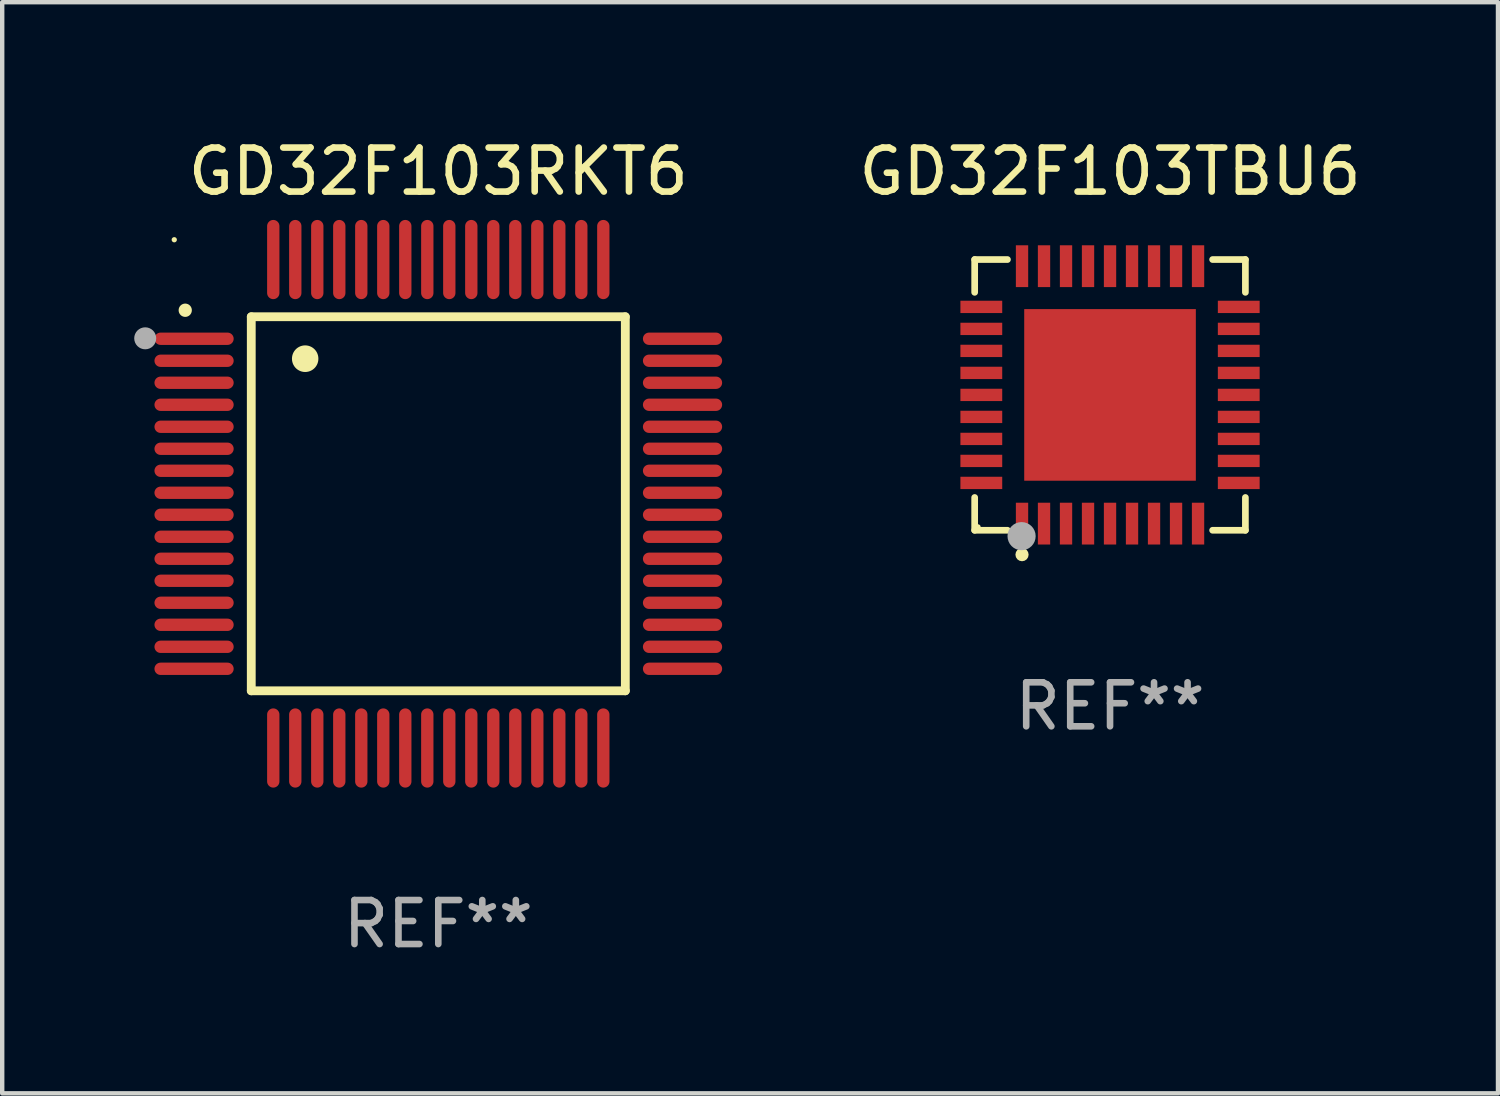
<source format=kicad_pcb>
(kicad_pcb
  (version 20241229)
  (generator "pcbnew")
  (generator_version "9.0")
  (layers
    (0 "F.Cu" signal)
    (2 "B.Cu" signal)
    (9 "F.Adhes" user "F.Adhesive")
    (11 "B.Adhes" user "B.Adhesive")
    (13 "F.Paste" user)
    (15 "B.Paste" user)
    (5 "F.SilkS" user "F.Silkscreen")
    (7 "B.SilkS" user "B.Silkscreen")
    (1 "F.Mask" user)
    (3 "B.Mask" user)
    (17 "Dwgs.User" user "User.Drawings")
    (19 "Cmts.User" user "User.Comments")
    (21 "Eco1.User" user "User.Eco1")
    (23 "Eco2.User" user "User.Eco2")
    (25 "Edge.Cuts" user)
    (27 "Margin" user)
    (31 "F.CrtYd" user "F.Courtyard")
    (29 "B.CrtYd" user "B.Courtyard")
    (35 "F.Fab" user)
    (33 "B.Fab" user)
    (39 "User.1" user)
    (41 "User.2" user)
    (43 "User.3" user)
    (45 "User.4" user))
  (footprint "GD32F103RKT6"
    (layer "F.Cu")
    (at 6.91 8.398)
    (property "Reference" "GD32F103RKT6" (at 0 -7.55 0) (layer "F.SilkS") (effects (font (size 1 1) (thickness 0.15))))
    (attr through_hole)
    (fp_line (start -4.25 -4.25) (end -4.25 4.25) (stroke (width 0.2) (type solid)) (layer "F.SilkS"))
    (fp_line (start -4.25 4.25) (end 4.25 4.25) (stroke (width 0.2) (type solid)) (layer "F.SilkS"))
    (fp_line (start 4.25 -4.25) (end -4.25 -4.25) (stroke (width 0.2) (type solid)) (layer "F.SilkS"))
    (fp_line (start 4.25 4.25) (end 4.25 -4.25) (stroke (width 0.2) (type solid)) (layer "F.SilkS"))
    (fp_arc (start -5.750572 -4.396749) (mid -5.750577 -4.398019) (end -5.750572 -4.399289) (stroke (width 0.3) (type solid)) (layer "F.SilkS"))
    (fp_arc (start -3.025146 -3.294387) (mid -3.025157 -3.296927) (end -3.025146 -3.299467) (stroke (width 0.6) (type solid)) (layer "F.SilkS"))
    (fp_circle (center -6 -6) (end -5.97 -6) (stroke (width 0.06) (type solid)) (fill no) (layer "F.SilkS"))
    (fp_circle (center -6.66 -3.76) (end -6.535 -3.76) (stroke (width 0.25) (type solid)) (fill no) (layer "F.Fab"))
    (fp_text user "REF**" (at 0 9.55 0) (layer "F.Fab") (effects (font (size 1 1) (thickness 0.15))))
    (pad "1" smd oval (at -5.55 -3.75) (size 1.8 0.28) (layers "F.Cu" "F.Mask" "F.Paste"))
    (pad "2" smd oval (at -5.55 -3.25) (size 1.8 0.28) (layers "F.Cu" "F.Mask" "F.Paste"))
    (pad "3" smd oval (at -5.55 -2.75) (size 1.8 0.28) (layers "F.Cu" "F.Mask" "F.Paste"))
    (pad "4" smd oval (at -5.55 -2.25) (size 1.8 0.28) (layers "F.Cu" "F.Mask" "F.Paste"))
    (pad "5" smd oval (at -5.55 -1.75) (size 1.8 0.28) (layers "F.Cu" "F.Mask" "F.Paste"))
    (pad "6" smd oval (at -5.55 -1.25) (size 1.8 0.28) (layers "F.Cu" "F.Mask" "F.Paste"))
    (pad "7" smd oval (at -5.55 -0.75) (size 1.8 0.28) (layers "F.Cu" "F.Mask" "F.Paste"))
    (pad "8" smd oval (at -5.55 -0.25) (size 1.8 0.28) (layers "F.Cu" "F.Mask" "F.Paste"))
    (pad "9" smd oval (at -5.55 0.25) (size 1.8 0.28) (layers "F.Cu" "F.Mask" "F.Paste"))
    (pad "10" smd oval (at -5.55 0.75) (size 1.8 0.28) (layers "F.Cu" "F.Mask" "F.Paste"))
    (pad "11" smd oval (at -5.55 1.25) (size 1.8 0.28) (layers "F.Cu" "F.Mask" "F.Paste"))
    (pad "12" smd oval (at -5.55 1.75) (size 1.8 0.28) (layers "F.Cu" "F.Mask" "F.Paste"))
    (pad "13" smd oval (at -5.55 2.25) (size 1.8 0.28) (layers "F.Cu" "F.Mask" "F.Paste"))
    (pad "14" smd oval (at -5.55 2.75) (size 1.8 0.28) (layers "F.Cu" "F.Mask" "F.Paste"))
    (pad "15" smd oval (at -5.55 3.25) (size 1.8 0.28) (layers "F.Cu" "F.Mask" "F.Paste"))
    (pad "16" smd oval (at -5.55 3.75) (size 1.8 0.28) (layers "F.Cu" "F.Mask" "F.Paste"))
    (pad "17" smd oval (at -3.75 5.55) (size 0.28 1.8) (layers "F.Cu" "F.Mask" "F.Paste"))
    (pad "18" smd oval (at -3.25 5.55) (size 0.28 1.8) (layers "F.Cu" "F.Mask" "F.Paste"))
    (pad "19" smd oval (at -2.75 5.55) (size 0.28 1.8) (layers "F.Cu" "F.Mask" "F.Paste"))
    (pad "20" smd oval (at -2.25 5.55) (size 0.28 1.8) (layers "F.Cu" "F.Mask" "F.Paste"))
    (pad "21" smd oval (at -1.75 5.55) (size 0.28 1.8) (layers "F.Cu" "F.Mask" "F.Paste"))
    (pad "22" smd oval (at -1.25 5.55) (size 0.28 1.8) (layers "F.Cu" "F.Mask" "F.Paste"))
    (pad "23" smd oval (at -0.75 5.55) (size 0.28 1.8) (layers "F.Cu" "F.Mask" "F.Paste"))
    (pad "24" smd oval (at -0.25 5.55) (size 0.28 1.8) (layers "F.Cu" "F.Mask" "F.Paste"))
    (pad "25" smd oval (at 0.25 5.55) (size 0.28 1.8) (layers "F.Cu" "F.Mask" "F.Paste"))
    (pad "26" smd oval (at 0.75 5.55) (size 0.28 1.8) (layers "F.Cu" "F.Mask" "F.Paste"))
    (pad "27" smd oval (at 1.25 5.55) (size 0.28 1.8) (layers "F.Cu" "F.Mask" "F.Paste"))
    (pad "28" smd oval (at 1.75 5.55) (size 0.28 1.8) (layers "F.Cu" "F.Mask" "F.Paste"))
    (pad "29" smd oval (at 2.25 5.55) (size 0.28 1.8) (layers "F.Cu" "F.Mask" "F.Paste"))
    (pad "30" smd oval (at 2.75 5.55) (size 0.28 1.8) (layers "F.Cu" "F.Mask" "F.Paste"))
    (pad "31" smd oval (at 3.25 5.55) (size 0.28 1.8) (layers "F.Cu" "F.Mask" "F.Paste"))
    (pad "32" smd oval (at 3.75 5.55) (size 0.28 1.8) (layers "F.Cu" "F.Mask" "F.Paste"))
    (pad "33" smd oval (at 5.55 3.75) (size 1.8 0.28) (layers "F.Cu" "F.Mask" "F.Paste"))
    (pad "34" smd oval (at 5.55 3.25) (size 1.8 0.28) (layers "F.Cu" "F.Mask" "F.Paste"))
    (pad "35" smd oval (at 5.55 2.75) (size 1.8 0.28) (layers "F.Cu" "F.Mask" "F.Paste"))
    (pad "36" smd oval (at 5.55 2.25) (size 1.8 0.28) (layers "F.Cu" "F.Mask" "F.Paste"))
    (pad "37" smd oval (at 5.55 1.75) (size 1.8 0.28) (layers "F.Cu" "F.Mask" "F.Paste"))
    (pad "38" smd oval (at 5.55 1.25) (size 1.8 0.28) (layers "F.Cu" "F.Mask" "F.Paste"))
    (pad "39" smd oval (at 5.55 0.75) (size 1.8 0.28) (layers "F.Cu" "F.Mask" "F.Paste"))
    (pad "40" smd oval (at 5.55 0.25) (size 1.8 0.28) (layers "F.Cu" "F.Mask" "F.Paste"))
    (pad "41" smd oval (at 5.55 -0.25) (size 1.8 0.28) (layers "F.Cu" "F.Mask" "F.Paste"))
    (pad "42" smd oval (at 5.55 -0.75) (size 1.8 0.28) (layers "F.Cu" "F.Mask" "F.Paste"))
    (pad "43" smd oval (at 5.55 -1.25) (size 1.8 0.28) (layers "F.Cu" "F.Mask" "F.Paste"))
    (pad "44" smd oval (at 5.55 -1.75) (size 1.8 0.28) (layers "F.Cu" "F.Mask" "F.Paste"))
    (pad "45" smd oval (at 5.55 -2.25) (size 1.8 0.28) (layers "F.Cu" "F.Mask" "F.Paste"))
    (pad "46" smd oval (at 5.55 -2.75) (size 1.8 0.28) (layers "F.Cu" "F.Mask" "F.Paste"))
    (pad "47" smd oval (at 5.55 -3.25) (size 1.8 0.28) (layers "F.Cu" "F.Mask" "F.Paste"))
    (pad "48" smd oval (at 5.55 -3.75) (size 1.8 0.28) (layers "F.Cu" "F.Mask" "F.Paste"))
    (pad "49" smd oval (at 3.75 -5.55) (size 0.28 1.8) (layers "F.Cu" "F.Mask" "F.Paste"))
    (pad "50" smd oval (at 3.25 -5.55) (size 0.28 1.8) (layers "F.Cu" "F.Mask" "F.Paste"))
    (pad "51" smd oval (at 2.75 -5.55) (size 0.28 1.8) (layers "F.Cu" "F.Mask" "F.Paste"))
    (pad "52" smd oval (at 2.25 -5.55) (size 0.28 1.8) (layers "F.Cu" "F.Mask" "F.Paste"))
    (pad "53" smd oval (at 1.75 -5.55) (size 0.28 1.8) (layers "F.Cu" "F.Mask" "F.Paste"))
    (pad "54" smd oval (at 1.25 -5.55) (size 0.28 1.8) (layers "F.Cu" "F.Mask" "F.Paste"))
    (pad "55" smd oval (at 0.75 -5.55) (size 0.28 1.8) (layers "F.Cu" "F.Mask" "F.Paste"))
    (pad "56" smd oval (at 0.25 -5.55) (size 0.28 1.8) (layers "F.Cu" "F.Mask" "F.Paste"))
    (pad "57" smd oval (at -0.25 -5.55) (size 0.28 1.8) (layers "F.Cu" "F.Mask" "F.Paste"))
    (pad "58" smd oval (at -0.75 -5.55) (size 0.28 1.8) (layers "F.Cu" "F.Mask" "F.Paste"))
    (pad "59" smd oval (at -1.25 -5.55) (size 0.28 1.8) (layers "F.Cu" "F.Mask" "F.Paste"))
    (pad "60" smd oval (at -1.75 -5.55) (size 0.28 1.8) (layers "F.Cu" "F.Mask" "F.Paste"))
    (pad "61" smd oval (at -2.25 -5.55) (size 0.28 1.8) (layers "F.Cu" "F.Mask" "F.Paste"))
    (pad "62" smd oval (at -2.75 -5.55) (size 0.28 1.8) (layers "F.Cu" "F.Mask" "F.Paste"))
    (pad "63" smd oval (at -3.25 -5.55) (size 0.28 1.8) (layers "F.Cu" "F.Mask" "F.Paste"))
    (pad "64" smd oval (at -3.75 -5.55) (size 0.28 1.8) (layers "F.Cu" "F.Mask" "F.Paste")))
  (footprint "GD32F103TBU6"
    (layer "F.Cu")
    (at 22.175 5.924)
    (property "Reference" "GD32F103TBU6" (at 0 -5.076 0) (layer "F.SilkS") (effects (font (size 1 1) (thickness 0.15))))
    (attr through_hole)
    (fp_line (start -3.076 -3.076) (end -2.331 -3.076) (stroke (width 0.152) (type solid)) (layer "F.SilkS"))
    (fp_line (start -3.076 -2.331) (end -3.076 -3.076) (stroke (width 0.152) (type solid)) (layer "F.SilkS"))
    (fp_line (start -3.076 2.331) (end -3.076 3.076) (stroke (width 0.152) (type solid)) (layer "F.SilkS"))
    (fp_line (start -3.076 3.076) (end -2.331 3.076) (stroke (width 0.152) (type solid)) (layer "F.SilkS"))
    (fp_line (start 3.076 -3.076) (end 2.331 -3.076) (stroke (width 0.152) (type solid)) (layer "F.SilkS"))
    (fp_line (start 3.076 -2.331) (end 3.076 -3.076) (stroke (width 0.152) (type solid)) (layer "F.SilkS"))
    (fp_line (start 3.076 2.331) (end 3.076 3.076) (stroke (width 0.152) (type solid)) (layer "F.SilkS"))
    (fp_line (start 3.076 3.076) (end 2.331 3.076) (stroke (width 0.152) (type solid)) (layer "F.SilkS"))
    (fp_circle (center -3 3) (end -2.97 3) (stroke (width 0.06) (type solid)) (fill no) (layer "F.SilkS"))
    (fp_circle (center -2 3.63) (end -1.925 3.63) (stroke (width 0.15) (type solid)) (fill no) (layer "F.SilkS"))
    (fp_circle (center -2.01 3.21) (end -1.85 3.21) (stroke (width 0.32) (type solid)) (fill no) (layer "F.Fab"))
    (fp_text user "REF**" (at 0 7.076 0) (layer "F.Fab") (effects (font (size 1 1) (thickness 0.15))))
    (pad "1" smd rect (at -2 2.925) (size 0.28 0.95) (layers "F.Cu" "F.Mask" "F.Paste"))
    (pad "2" smd rect (at -1.5 2.925) (size 0.28 0.95) (layers "F.Cu" "F.Mask" "F.Paste"))
    (pad "3" smd rect (at -1 2.925) (size 0.28 0.95) (layers "F.Cu" "F.Mask" "F.Paste"))
    (pad "4" smd rect (at -0.5 2.925) (size 0.28 0.95) (layers "F.Cu" "F.Mask" "F.Paste"))
    (pad "5" smd rect (at 0 2.925) (size 0.28 0.95) (layers "F.Cu" "F.Mask" "F.Paste"))
    (pad "6" smd rect (at 0.5 2.925) (size 0.28 0.95) (layers "F.Cu" "F.Mask" "F.Paste"))
    (pad "7" smd rect (at 1 2.925) (size 0.28 0.95) (layers "F.Cu" "F.Mask" "F.Paste"))
    (pad "8" smd rect (at 1.5 2.925) (size 0.28 0.95) (layers "F.Cu" "F.Mask" "F.Paste"))
    (pad "9" smd rect (at 2 2.925) (size 0.28 0.95) (layers "F.Cu" "F.Mask" "F.Paste"))
    (pad "10" smd rect (at 2.925 2) (size 0.95 0.28) (layers "F.Cu" "F.Mask" "F.Paste"))
    (pad "11" smd rect (at 2.925 1.5) (size 0.95 0.28) (layers "F.Cu" "F.Mask" "F.Paste"))
    (pad "12" smd rect (at 2.925 1) (size 0.95 0.28) (layers "F.Cu" "F.Mask" "F.Paste"))
    (pad "13" smd rect (at 2.925 0.5) (size 0.95 0.28) (layers "F.Cu" "F.Mask" "F.Paste"))
    (pad "14" smd rect (at 2.925 0) (size 0.95 0.28) (layers "F.Cu" "F.Mask" "F.Paste"))
    (pad "15" smd rect (at 2.925 -0.5) (size 0.95 0.28) (layers "F.Cu" "F.Mask" "F.Paste"))
    (pad "16" smd rect (at 2.925 -1) (size 0.95 0.28) (layers "F.Cu" "F.Mask" "F.Paste"))
    (pad "17" smd rect (at 2.925 -1.5) (size 0.95 0.28) (layers "F.Cu" "F.Mask" "F.Paste"))
    (pad "18" smd rect (at 2.925 -2) (size 0.95 0.28) (layers "F.Cu" "F.Mask" "F.Paste"))
    (pad "19" smd rect (at 2 -2.925) (size 0.28 0.95) (layers "F.Cu" "F.Mask" "F.Paste"))
    (pad "20" smd rect (at 1.5 -2.925) (size 0.28 0.95) (layers "F.Cu" "F.Mask" "F.Paste"))
    (pad "21" smd rect (at 1 -2.925) (size 0.28 0.95) (layers "F.Cu" "F.Mask" "F.Paste"))
    (pad "22" smd rect (at 0.5 -2.925) (size 0.28 0.95) (layers "F.Cu" "F.Mask" "F.Paste"))
    (pad "23" smd rect (at 0 -2.925) (size 0.28 0.95) (layers "F.Cu" "F.Mask" "F.Paste"))
    (pad "24" smd rect (at -0.5 -2.925) (size 0.28 0.95) (layers "F.Cu" "F.Mask" "F.Paste"))
    (pad "25" smd rect (at -1 -2.925) (size 0.28 0.95) (layers "F.Cu" "F.Mask" "F.Paste"))
    (pad "26" smd rect (at -1.5 -2.925) (size 0.28 0.95) (layers "F.Cu" "F.Mask" "F.Paste"))
    (pad "27" smd rect (at -2 -2.925) (size 0.28 0.95) (layers "F.Cu" "F.Mask" "F.Paste"))
    (pad "28" smd rect (at -2.925 -2) (size 0.95 0.28) (layers "F.Cu" "F.Mask" "F.Paste"))
    (pad "29" smd rect (at -2.925 -1.5) (size 0.95 0.28) (layers "F.Cu" "F.Mask" "F.Paste"))
    (pad "30" smd rect (at -2.925 -1) (size 0.95 0.28) (layers "F.Cu" "F.Mask" "F.Paste"))
    (pad "31" smd rect (at -2.925 -0.5) (size 0.95 0.28) (layers "F.Cu" "F.Mask" "F.Paste"))
    (pad "32" smd rect (at -2.925 0) (size 0.95 0.28) (layers "F.Cu" "F.Mask" "F.Paste"))
    (pad "33" smd rect (at -2.925 0.5) (size 0.95 0.28) (layers "F.Cu" "F.Mask" "F.Paste"))
    (pad "34" smd rect (at -2.925 1) (size 0.95 0.28) (layers "F.Cu" "F.Mask" "F.Paste"))
    (pad "35" smd rect (at -2.925 1.5) (size 0.95 0.28) (layers "F.Cu" "F.Mask" "F.Paste"))
    (pad "36" smd rect (at -2.925 2) (size 0.95 0.28) (layers "F.Cu" "F.Mask" "F.Paste"))
    (pad "37" smd rect (at 0 0) (size 3.9 3.9) (layers "F.Cu" "F.Mask" "F.Paste")))
  (gr_rect
    (start -3 -3)
    (end 30.991 21.796)
    (stroke (width 0.1) (type default))
    (fill no)
    (layer "Edge.Cuts")))
</source>
